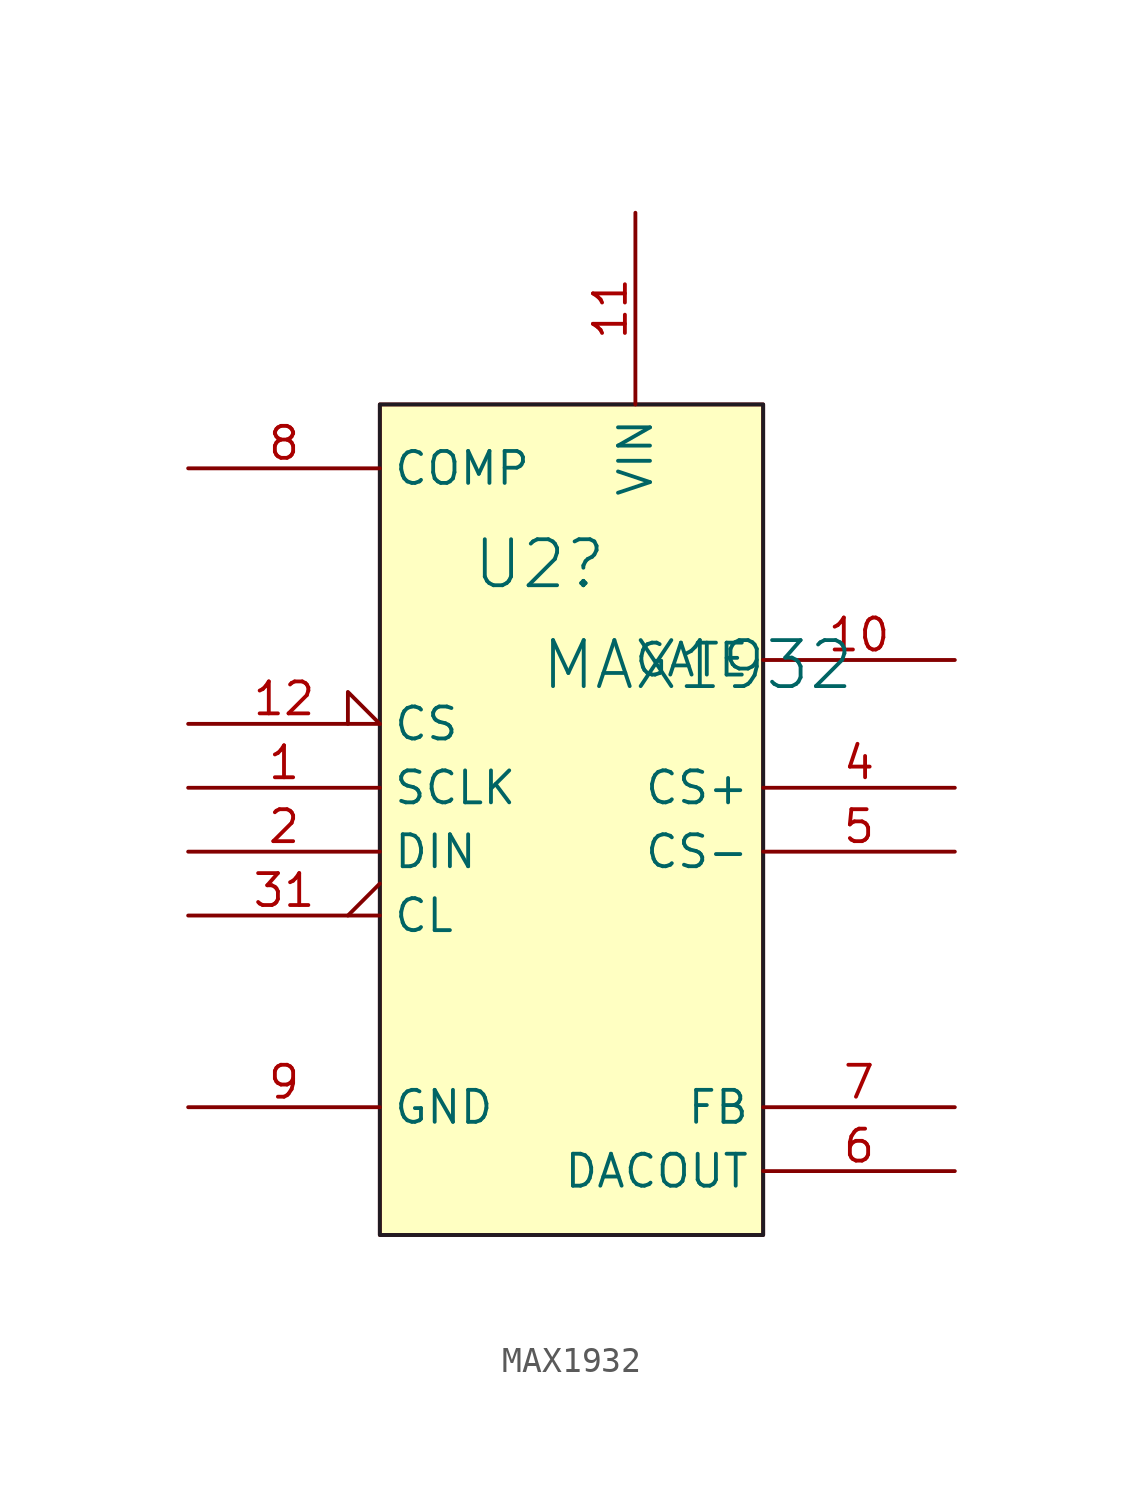
<source format=kicad_sym>
(kicad_symbol_lib
  (version 20241209)
  (generator "kicad_symbol_editor")
  (generator_version "9.0")
  (symbol "MAX1932"
    (property "Reference" "U2"
      (at -1.27 1.27 0)
      (effects (font (size 1.829 1.829))))
    (property "Value" "MAX1932"
      (at -1.27 -3.81 0)
      (effects (font (size 1.829 1.829)) (justify left bottom)))
    (symbol "MAX1932_1_0"
      (polyline (pts (xy -7.62 -25.4) (xy -7.62 7.62) (xy 7.62 7.62) (xy 7.62 -25.4) (xy -7.62 -25.4)) (stroke (width 0) (type solid)) (fill (type none)))
      (rectangle (start 7.62 7.62) (end -7.62 -25.4) (stroke (width 0) (type solid) (color 33 27 34 1)) (fill (type background)))
      (pin passive line (at -15.24 5.08 0) (length 7.62) (name "COMP" (effects (font (size 1.27 1.27)))) (number "8" (effects (font (size 1.27 1.27)))))
      (pin passive input_low (at -15.24 -5.08 0) (length 7.62) (name "CS" (effects (font (size 1.27 1.27)))) (number "12" (effects (font (size 1.27 1.27)))))
      (pin passive line (at -15.24 -7.62 0) (length 7.62) (name "SCLK" (effects (font (size 1.27 1.27)))) (number "1" (effects (font (size 1.27 1.27)))))
      (pin passive line (at -15.24 -10.16 0) (length 7.62) (name "DIN" (effects (font (size 1.27 1.27)))) (number "2" (effects (font (size 1.27 1.27)))))
      (pin passive output_low (at -15.24 -12.7 0) (length 7.62) (name "CL" (effects (font (size 1.27 1.27)))) (number "31" (effects (font (size 1.27 1.27)))))
      (pin passive line (at -15.24 -20.32 0) (length 7.62) (name "GND" (effects (font (size 1.27 1.27)))) (number "9" (effects (font (size 1.27 1.27)))))
      (pin passive line (at 2.54 15.24 270) (length 7.62) (name "VIN" (effects (font (size 1.27 1.27)))) (number "11" (effects (font (size 1.27 1.27)))))
      (pin passive line (at 15.24 -2.54 180) (length 7.62) (name "GATE" (effects (font (size 1.27 1.27)))) (number "10" (effects (font (size 1.27 1.27)))))
      (pin passive line (at 15.24 -7.62 180) (length 7.62) (name "CS+" (effects (font (size 1.27 1.27)))) (number "4" (effects (font (size 1.27 1.27)))))
      (pin passive line (at 15.24 -10.16 180) (length 7.62) (name "CS-" (effects (font (size 1.27 1.27)))) (number "5" (effects (font (size 1.27 1.27)))))
      (pin passive line (at 15.24 -20.32 180) (length 7.62) (name "FB" (effects (font (size 1.27 1.27)))) (number "7" (effects (font (size 1.27 1.27)))))
      (pin passive line (at 15.24 -22.86 180) (length 7.62) (name "DACOUT" (effects (font (size 1.27 1.27)))) (number "6" (effects (font (size 1.27 1.27))))))))
</source>
